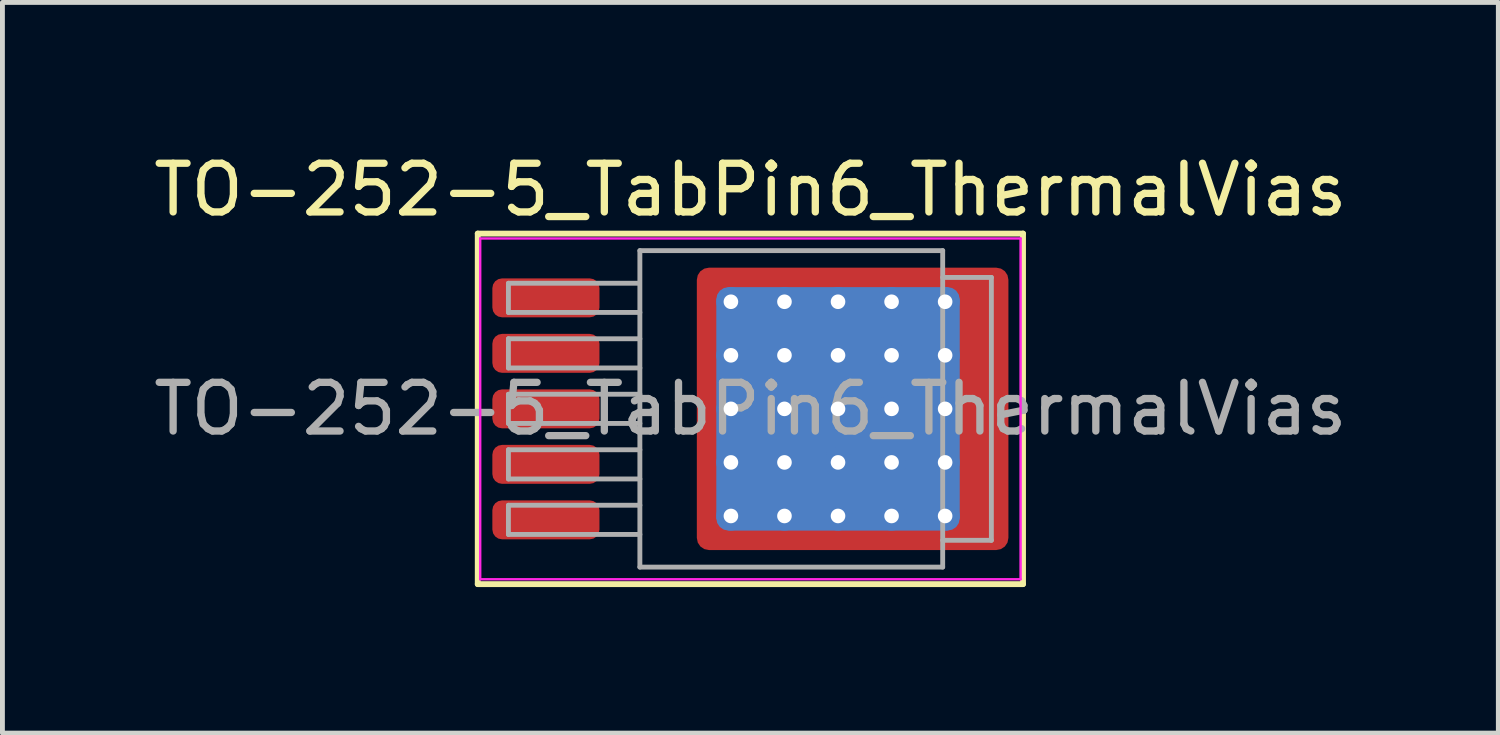
<source format=kicad_pcb>
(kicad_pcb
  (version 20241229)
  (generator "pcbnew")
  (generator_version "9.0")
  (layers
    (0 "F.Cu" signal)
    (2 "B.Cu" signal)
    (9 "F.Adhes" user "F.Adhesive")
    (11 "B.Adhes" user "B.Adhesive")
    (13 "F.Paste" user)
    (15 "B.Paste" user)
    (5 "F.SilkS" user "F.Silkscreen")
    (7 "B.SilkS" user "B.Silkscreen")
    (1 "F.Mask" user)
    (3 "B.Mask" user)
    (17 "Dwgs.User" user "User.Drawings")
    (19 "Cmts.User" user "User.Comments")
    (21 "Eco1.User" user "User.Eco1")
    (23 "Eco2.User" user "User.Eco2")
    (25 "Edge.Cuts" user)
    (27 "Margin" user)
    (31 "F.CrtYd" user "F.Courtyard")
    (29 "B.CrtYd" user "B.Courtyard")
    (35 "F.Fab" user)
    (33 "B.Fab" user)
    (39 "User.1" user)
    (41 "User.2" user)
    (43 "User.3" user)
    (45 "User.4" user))
  (footprint "TO-252-5_TabPin6_ThermalVias"
    (layer "F.Cu")
    (at 12.363 5.348)
    (property "Reference" "TO-252-5_TabPin6_ThermalVias" (at 0 -4.5 0) (layer "F.SilkS") (effects (font (size 1 1) (thickness 0.15))))
    (attr smd)
    (fp_line (start -5.6 -3.6) (end -5.6 3.6) (stroke (width 0.12) (type solid)) (layer "F.SilkS"))
    (fp_line (start -5.6 3.6) (end 5.6 3.6) (stroke (width 0.12) (type solid)) (layer "F.SilkS"))
    (fp_line (start 5.6 -3.6) (end -5.6 -3.6) (stroke (width 0.12) (type solid)) (layer "F.SilkS"))
    (fp_line (start 5.6 3.6) (end 5.6 -3.6) (stroke (width 0.12) (type solid)) (layer "F.SilkS"))
    (fp_line (start -5.55 -3.5) (end -5.55 3.5) (stroke (width 0.05) (type solid)) (layer "F.CrtYd"))
    (fp_line (start -5.55 3.5) (end 5.55 3.5) (stroke (width 0.05) (type solid)) (layer "F.CrtYd"))
    (fp_line (start 5.55 -3.5) (end -5.55 -3.5) (stroke (width 0.05) (type solid)) (layer "F.CrtYd"))
    (fp_line (start 5.55 3.5) (end 5.55 -3.5) (stroke (width 0.05) (type solid)) (layer "F.CrtYd"))
    (fp_line (start -4.97 -2.58) (end -4.97 -1.98) (stroke (width 0.1) (type solid)) (layer "F.Fab"))
    (fp_line (start -4.97 -1.98) (end -2.27 -1.98) (stroke (width 0.1) (type solid)) (layer "F.Fab"))
    (fp_line (start -4.97 -1.44) (end -4.97 -0.84) (stroke (width 0.1) (type solid)) (layer "F.Fab"))
    (fp_line (start -4.97 -0.84) (end -2.27 -0.84) (stroke (width 0.1) (type solid)) (layer "F.Fab"))
    (fp_line (start -4.97 -0.3) (end -4.97 0.3) (stroke (width 0.1) (type solid)) (layer "F.Fab"))
    (fp_line (start -4.97 0.3) (end -2.27 0.3) (stroke (width 0.1) (type solid)) (layer "F.Fab"))
    (fp_line (start -4.97 0.84) (end -4.97 1.44) (stroke (width 0.1) (type solid)) (layer "F.Fab"))
    (fp_line (start -4.97 1.44) (end -2.27 1.44) (stroke (width 0.1) (type solid)) (layer "F.Fab"))
    (fp_line (start -4.97 1.98) (end -4.97 2.58) (stroke (width 0.1) (type solid)) (layer "F.Fab"))
    (fp_line (start -4.97 2.58) (end -2.27 2.58) (stroke (width 0.1) (type solid)) (layer "F.Fab"))
    (fp_line (start -2.3 -2.58) (end -4.97 -2.58) (stroke (width 0.1) (type solid)) (layer "F.Fab"))
    (fp_line (start -2.27 -3.25) (end 3.95 -3.25) (stroke (width 0.1) (type solid)) (layer "F.Fab"))
    (fp_line (start -2.27 -1.44) (end -4.97 -1.44) (stroke (width 0.1) (type solid)) (layer "F.Fab"))
    (fp_line (start -2.27 -0.3) (end -4.97 -0.3) (stroke (width 0.1) (type solid)) (layer "F.Fab"))
    (fp_line (start -2.27 0.84) (end -4.97 0.84) (stroke (width 0.1) (type solid)) (layer "F.Fab"))
    (fp_line (start -2.27 1.98) (end -4.97 1.98) (stroke (width 0.1) (type solid)) (layer "F.Fab"))
    (fp_line (start -2.27 3.25) (end -2.27 -3.25) (stroke (width 0.1) (type solid)) (layer "F.Fab"))
    (fp_line (start 3.95 -3.25) (end 3.95 3.25) (stroke (width 0.1) (type solid)) (layer "F.Fab"))
    (fp_line (start 3.95 -2.7) (end 4.95 -2.7) (stroke (width 0.1) (type solid)) (layer "F.Fab"))
    (fp_line (start 3.95 3.25) (end -2.27 3.25) (stroke (width 0.1) (type solid)) (layer "F.Fab"))
    (fp_line (start 4.95 -2.7) (end 4.95 2.7) (stroke (width 0.1) (type solid)) (layer "F.Fab"))
    (fp_line (start 4.95 2.7) (end 3.95 2.7) (stroke (width 0.1) (type solid)) (layer "F.Fab"))
    (fp_text user "${REFERENCE}" (at 0 0 0) (layer "F.Fab") (effects (font (size 1 1) (thickness 0.15))))
    (pad "" smd roundrect (at -0.8 -2.55 90) (size 0.5 0.5) (layers "F.Paste") (roundrect_rratio 0.25))
    (pad "" smd roundrect (at -0.8 -1.65 90) (size 0.9 0.5) (layers "F.Paste") (roundrect_rratio 0.25))
    (pad "" smd roundrect (at -0.8 -0.55 90) (size 0.9 0.5) (layers "F.Paste") (roundrect_rratio 0.25))
    (pad "" smd roundrect (at -0.8 0.55 90) (size 0.9 0.5) (layers "F.Paste") (roundrect_rratio 0.25))
    (pad "" smd roundrect (at -0.8 1.65 90) (size 0.9 0.5) (layers "F.Paste") (roundrect_rratio 0.25))
    (pad "" smd roundrect (at -0.8 2.6 90) (size 0.5 0.5) (layers "F.Paste") (roundrect_rratio 0.25))
    (pad "" smd roundrect (at 0.15 -2.55) (size 0.9 0.5) (layers "F.Paste") (roundrect_rratio 0.25))
    (pad "" smd roundrect (at 0.15 -1.65) (size 0.9 0.9) (layers "F.Paste") (roundrect_rratio 0.25))
    (pad "" smd roundrect (at 0.15 -0.55) (size 0.9 0.9) (layers "F.Paste") (roundrect_rratio 0.25))
    (pad "" smd roundrect (at 0.15 0.55) (size 0.9 0.9) (layers "F.Paste") (roundrect_rratio 0.25))
    (pad "" smd roundrect (at 0.15 1.65) (size 0.9 0.9) (layers "F.Paste") (roundrect_rratio 0.25))
    (pad "" smd roundrect (at 0.15 2.6) (size 0.9 0.5) (layers "F.Paste") (roundrect_rratio 0.25))
    (pad "" smd roundrect (at 1.25 -2.55) (size 0.9 0.5) (layers "F.Paste") (roundrect_rratio 0.25))
    (pad "" smd roundrect (at 1.25 -1.65) (size 0.9 0.9) (layers "F.Paste") (roundrect_rratio 0.25))
    (pad "" smd roundrect (at 1.25 -0.55) (size 0.9 0.9) (layers "F.Paste") (roundrect_rratio 0.25))
    (pad "" smd roundrect (at 1.25 0.55) (size 0.9 0.9) (layers "F.Paste") (roundrect_rratio 0.25))
    (pad "" smd roundrect (at 1.25 1.65) (size 0.9 0.9) (layers "F.Paste") (roundrect_rratio 0.25))
    (pad "" smd roundrect (at 1.25 2.6) (size 0.9 0.5) (layers "F.Paste") (roundrect_rratio 0.25))
    (pad "" smd roundrect (at 2.35 -2.55) (size 0.9 0.5) (layers "F.Paste") (roundrect_rratio 0.25))
    (pad "" smd roundrect (at 2.35 -1.65) (size 0.9 0.9) (layers "F.Paste") (roundrect_rratio 0.25))
    (pad "" smd roundrect (at 2.35 -0.55) (size 0.9 0.9) (layers "F.Paste") (roundrect_rratio 0.25))
    (pad "" smd roundrect (at 2.35 0.55) (size 0.9 0.9) (layers "F.Paste") (roundrect_rratio 0.25))
    (pad "" smd roundrect (at 2.35 1.65) (size 0.9 0.9) (layers "F.Paste") (roundrect_rratio 0.25))
    (pad "" smd roundrect (at 2.35 2.6) (size 0.9 0.5) (layers "F.Paste") (roundrect_rratio 0.25))
    (pad "" smd roundrect (at 3.45 -2.55) (size 0.9 0.5) (layers "F.Paste") (roundrect_rratio 0.25))
    (pad "" smd roundrect (at 3.45 -1.65) (size 0.9 0.9) (layers "F.Paste") (roundrect_rratio 0.25))
    (pad "" smd roundrect (at 3.45 -0.55) (size 0.9 0.9) (layers "F.Paste") (roundrect_rratio 0.25))
    (pad "" smd roundrect (at 3.45 0.55) (size 0.9 0.9) (layers "F.Paste") (roundrect_rratio 0.25))
    (pad "" smd roundrect (at 3.45 1.65) (size 0.9 0.9) (layers "F.Paste") (roundrect_rratio 0.25))
    (pad "" smd roundrect (at 3.45 2.6) (size 0.9 0.5) (layers "F.Paste") (roundrect_rratio 0.25))
    (pad "" smd roundrect (at 4.6 -2.55 90) (size 0.5 0.9) (layers "F.Paste") (roundrect_rratio 0.25))
    (pad "" smd roundrect (at 4.6 -1.65 90) (size 0.9 0.9) (layers "F.Paste") (roundrect_rratio 0.25))
    (pad "" smd roundrect (at 4.6 -0.55 90) (size 0.9 0.9) (layers "F.Paste") (roundrect_rratio 0.25))
    (pad "" smd roundrect (at 4.6 0.55 90) (size 0.9 0.9) (layers "F.Paste") (roundrect_rratio 0.25))
    (pad "" smd roundrect (at 4.6 1.65 90) (size 0.9 0.9) (layers "F.Paste") (roundrect_rratio 0.25))
    (pad "" smd roundrect (at 4.6 2.6 90) (size 0.5 0.9) (layers "F.Paste") (roundrect_rratio 0.25))
    (pad "1" smd roundrect (at -4.2 -2.28) (size 2.2 0.8) (layers "F.Cu" "F.Mask" "F.Paste") (roundrect_rratio 0.25))
    (pad "2" smd roundrect (at -4.2 -1.14) (size 2.2 0.8) (layers "F.Cu" "F.Mask" "F.Paste") (roundrect_rratio 0.25))
    (pad "3" smd roundrect (at -4.2 0) (size 2.2 0.8) (layers "F.Cu" "F.Mask" "F.Paste") (roundrect_rratio 0.25))
    (pad "4" smd roundrect (at -4.2 1.14) (size 2.2 0.8) (layers "F.Cu" "F.Mask" "F.Paste") (roundrect_rratio 0.25))
    (pad "5" smd roundrect (at -4.2 2.28) (size 2.2 0.8) (layers "F.Cu" "F.Mask" "F.Paste") (roundrect_rratio 0.25))
    (pad "6" thru_hole circle (at -0.4 -2.2) (size 0.6 0.6) (drill 0.3) (property pad_prop_heatsink) (layers "*.Cu"))
    (pad "6" thru_hole circle (at -0.4 -1.1) (size 0.6 0.6) (drill 0.3) (property pad_prop_heatsink) (layers "*.Cu"))
    (pad "6" thru_hole circle (at -0.4 0) (size 0.6 0.6) (drill 0.3) (property pad_prop_heatsink) (layers "*.Cu"))
    (pad "6" thru_hole circle (at -0.4 1.1) (size 0.6 0.6) (drill 0.3) (property pad_prop_heatsink) (layers "*.Cu"))
    (pad "6" thru_hole circle (at -0.4 2.2) (size 0.6 0.6) (drill 0.3) (property pad_prop_heatsink) (layers "*.Cu"))
    (pad "6" thru_hole circle (at 0.7 -2.2) (size 0.6 0.6) (drill 0.3) (property pad_prop_heatsink) (layers "*.Cu"))
    (pad "6" thru_hole circle (at 0.7 -1.1) (size 0.6 0.6) (drill 0.3) (property pad_prop_heatsink) (layers "*.Cu"))
    (pad "6" thru_hole circle (at 0.7 0) (size 0.6 0.6) (drill 0.3) (property pad_prop_heatsink) (layers "*.Cu"))
    (pad "6" thru_hole circle (at 0.7 1.1) (size 0.6 0.6) (drill 0.3) (property pad_prop_heatsink) (layers "*.Cu"))
    (pad "6" thru_hole circle (at 0.7 2.2) (size 0.6 0.6) (drill 0.3) (property pad_prop_heatsink) (layers "*.Cu"))
    (pad "6" thru_hole circle (at 1.8 -2.2) (size 0.6 0.6) (drill 0.3) (property pad_prop_heatsink) (layers "*.Cu"))
    (pad "6" thru_hole circle (at 1.8 -1.1) (size 0.6 0.6) (drill 0.3) (property pad_prop_heatsink) (layers "*.Cu"))
    (pad "6" thru_hole circle (at 1.8 0) (size 0.6 0.6) (drill 0.3) (property pad_prop_heatsink) (layers "*.Cu"))
    (pad "6" smd roundrect (at 1.8 0) (size 5 5) (layers "B.Cu" "B.Mask") (roundrect_rratio 0.05))
    (pad "6" thru_hole circle (at 1.8 1.1) (size 0.6 0.6) (drill 0.3) (property pad_prop_heatsink) (layers "*.Cu"))
    (pad "6" thru_hole circle (at 1.8 2.2) (size 0.6 0.6) (drill 0.3) (property pad_prop_heatsink) (layers "*.Cu"))
    (pad "6" smd roundrect (at 2.1 0) (size 6.4 5.8) (layers "F.Cu" "F.Mask") (roundrect_rratio 0.043))
    (pad "6" thru_hole circle (at 2.9 -2.2) (size 0.6 0.6) (drill 0.3) (property pad_prop_heatsink) (layers "*.Cu"))
    (pad "6" thru_hole circle (at 2.9 -1.1) (size 0.6 0.6) (drill 0.3) (property pad_prop_heatsink) (layers "*.Cu"))
    (pad "6" thru_hole circle (at 2.9 0) (size 0.6 0.6) (drill 0.3) (property pad_prop_heatsink) (layers "*.Cu"))
    (pad "6" thru_hole circle (at 2.9 1.1) (size 0.6 0.6) (drill 0.3) (property pad_prop_heatsink) (layers "*.Cu"))
    (pad "6" thru_hole circle (at 2.9 2.2) (size 0.6 0.6) (drill 0.3) (property pad_prop_heatsink) (layers "*.Cu"))
    (pad "6" thru_hole circle (at 4 -2.2) (size 0.6 0.6) (drill 0.3) (property pad_prop_heatsink) (layers "*.Cu"))
    (pad "6" thru_hole circle (at 4 -1.1) (size 0.6 0.6) (drill 0.3) (property pad_prop_heatsink) (layers "*.Cu"))
    (pad "6" thru_hole circle (at 4 0) (size 0.6 0.6) (drill 0.3) (property pad_prop_heatsink) (layers "*.Cu"))
    (pad "6" thru_hole circle (at 4 1.1) (size 0.6 0.6) (drill 0.3) (property pad_prop_heatsink) (layers "*.Cu"))
    (pad "6" thru_hole circle (at 4 2.2) (size 0.6 0.6) (drill 0.3) (property pad_prop_heatsink) (layers "*.Cu")))
  (gr_rect
    (start -3 -3)
    (end 27.726 12.008)
    (stroke (width 0.1) (type default))
    (fill no)
    (layer "Edge.Cuts")))
</source>
